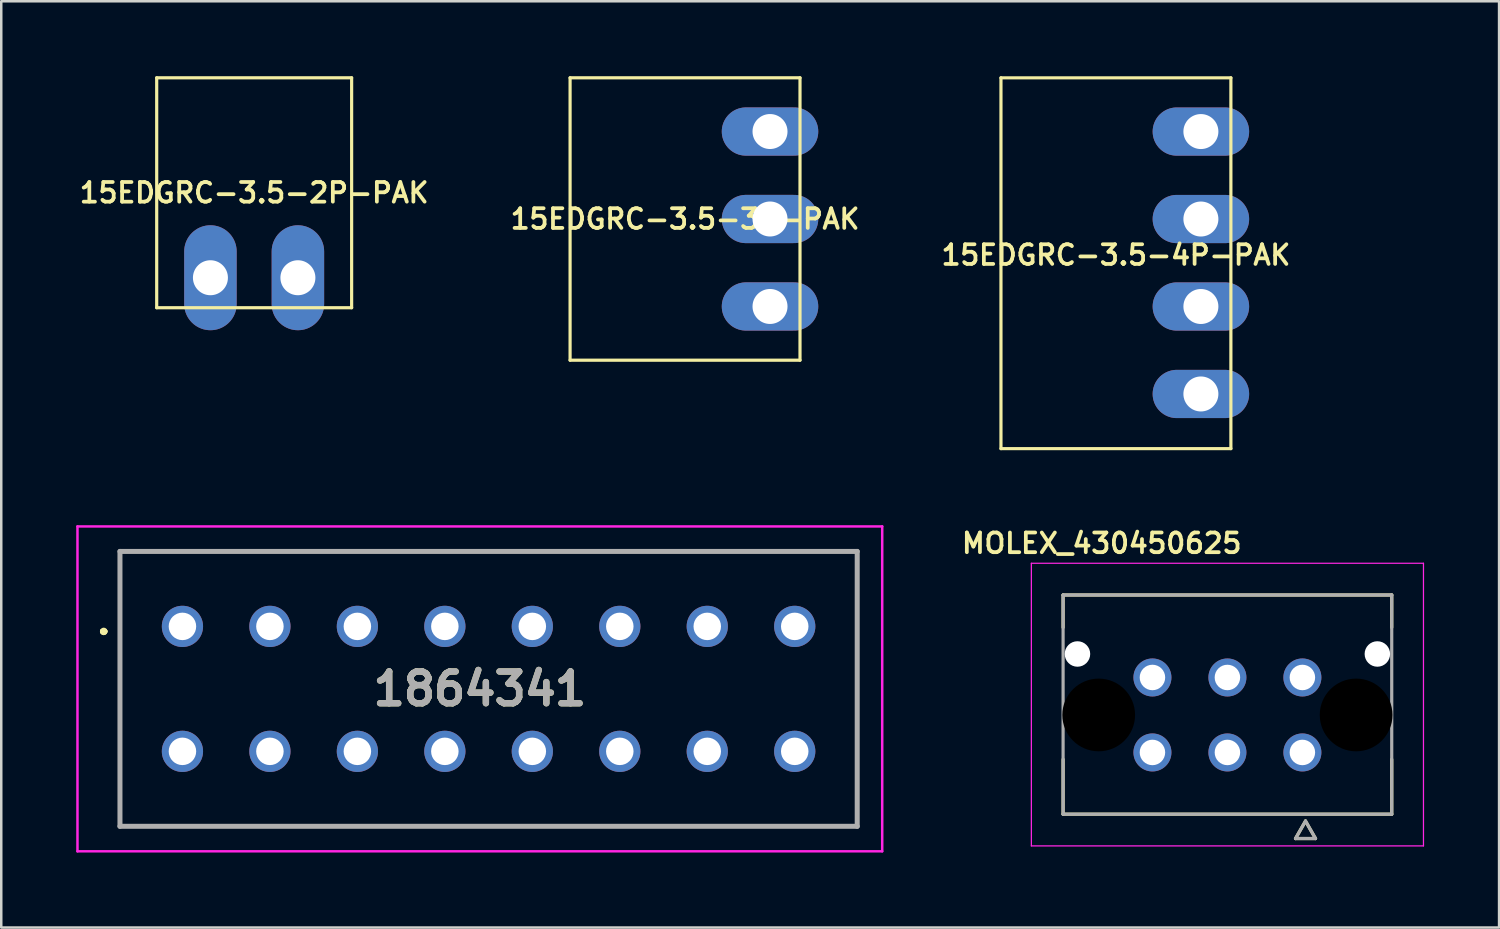
<source format=kicad_pcb>
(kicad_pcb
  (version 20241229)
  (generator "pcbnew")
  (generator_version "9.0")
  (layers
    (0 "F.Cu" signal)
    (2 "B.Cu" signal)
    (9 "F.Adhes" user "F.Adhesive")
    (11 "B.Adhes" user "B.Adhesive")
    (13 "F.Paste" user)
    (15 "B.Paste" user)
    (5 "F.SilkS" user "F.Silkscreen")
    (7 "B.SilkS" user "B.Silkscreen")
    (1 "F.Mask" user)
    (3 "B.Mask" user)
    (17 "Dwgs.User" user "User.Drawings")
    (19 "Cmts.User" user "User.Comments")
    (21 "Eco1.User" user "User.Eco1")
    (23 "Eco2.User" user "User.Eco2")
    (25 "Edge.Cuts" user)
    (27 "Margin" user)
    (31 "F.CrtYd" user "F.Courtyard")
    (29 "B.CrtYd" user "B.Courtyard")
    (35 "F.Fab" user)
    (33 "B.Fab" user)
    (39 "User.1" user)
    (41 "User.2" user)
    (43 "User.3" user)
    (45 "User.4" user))
  (footprint "15EDGRC-3.5-4P-PAK"
    (layer "F.Cu")
    (at 41.602 7.154)
    (property "Reference" "15EDGRC-3.5-4P-PAK" (at 0 0 0) (layer "F.SilkS") (effects (font (size 0.787 0.787) (thickness 0.15))))
    (attr through_hole)
    (fp_line (start -4.6 -7.09) (end -4.6 7.747) (stroke (width 0.127) (type solid)) (layer "F.SilkS"))
    (fp_line (start -4.6 7.747) (end 4.6 7.747) (stroke (width 0.127) (type solid)) (layer "F.SilkS"))
    (fp_line (start 4.6 -7.09) (end -4.6 -7.09) (stroke (width 0.127) (type solid)) (layer "F.SilkS"))
    (fp_line (start 4.6 7.747) (end 4.6 -7.09) (stroke (width 0.127) (type solid)) (layer "F.SilkS"))
    (pad "1" thru_hole oval (at 3.4 -4.94) (size 3.861 1.93) (drill 1.4) (layers "*.Cu" "*.Mask"))
    (pad "2" thru_hole oval (at 3.4 -1.44) (size 3.861 1.93) (drill 1.4) (layers "*.Cu" "*.Mask"))
    (pad "3" thru_hole oval (at 3.4 2.06) (size 3.861 1.93) (drill 1.4) (layers "*.Cu" "*.Mask"))
    (pad "4" thru_hole oval (at 3.4 5.56) (size 3.861 1.93) (drill 1.4) (layers "*.Cu" "*.Mask")))
  (footprint "1864341"
    (layer "F.Cu")
    (at 4.25 22.014)
    (property "Reference" "1864341" (at 11.9 2.5 0) (layer "F.SilkS") (effects (font (size 1.27 1.27) (thickness 0.254))))
    (attr through_hole)
    (fp_line (start -3.2 0.2) (end -3.2 0.2) (stroke (width 0.2) (type solid)) (layer "F.SilkS"))
    (fp_line (start -3.2 0.2) (end -3.2 0.2) (stroke (width 0.2) (type solid)) (layer "F.SilkS"))
    (fp_line (start -3.1 0.2) (end -3.1 0.2) (stroke (width 0.2) (type solid)) (layer "F.SilkS"))
    (fp_line (start -2.5 -3) (end 27 -3) (stroke (width 0.1) (type solid)) (layer "F.SilkS"))
    (fp_line (start -2.5 8) (end -2.5 -3) (stroke (width 0.1) (type solid)) (layer "F.SilkS"))
    (fp_line (start 27 -3) (end 27 8) (stroke (width 0.1) (type solid)) (layer "F.SilkS"))
    (fp_line (start 27 8) (end -2.5 8) (stroke (width 0.1) (type solid)) (layer "F.SilkS"))
    (fp_arc (start -3.2 0.2) (mid -3.15 0.15) (end -3.1 0.2) (stroke (width 0.2) (type solid)) (layer "F.SilkS"))
    (fp_arc (start -3.1 0.2) (mid -3.15 0.25) (end -3.2 0.2) (stroke (width 0.2) (type solid)) (layer "F.SilkS"))
    (fp_arc (start -3.1 0.2) (mid -3.15 0.25) (end -3.2 0.2) (stroke (width 0.2) (type solid)) (layer "F.SilkS"))
    (fp_line (start -4.2 -4) (end 28 -4) (stroke (width 0.1) (type solid)) (layer "F.CrtYd"))
    (fp_line (start -4.2 9) (end -4.2 -4) (stroke (width 0.1) (type solid)) (layer "F.CrtYd"))
    (fp_line (start 28 -4) (end 28 9) (stroke (width 0.1) (type solid)) (layer "F.CrtYd"))
    (fp_line (start 28 9) (end -4.2 9) (stroke (width 0.1) (type solid)) (layer "F.CrtYd"))
    (fp_line (start -2.5 -3) (end -2.5 8) (stroke (width 0.2) (type solid)) (layer "F.Fab"))
    (fp_line (start -2.5 8) (end 27 8) (stroke (width 0.2) (type solid)) (layer "F.Fab"))
    (fp_line (start 27 -3) (end -2.5 -3) (stroke (width 0.2) (type solid)) (layer "F.Fab"))
    (fp_line (start 27 8) (end 27 -3) (stroke (width 0.2) (type solid)) (layer "F.Fab"))
    (fp_text user "${REFERENCE}" (at 11.9 2.5 0) (layer "F.Fab") (effects (font (size 1.27 1.27) (thickness 0.254))))
    (pad "1" thru_hole circle (at 0 0) (size 1.65 1.65) (drill 1.1) (layers "*.Cu" "*.Mask"))
    (pad "2" thru_hole circle (at 3.5 0) (size 1.65 1.65) (drill 1.1) (layers "*.Cu" "*.Mask"))
    (pad "3" thru_hole circle (at 7 0) (size 1.65 1.65) (drill 1.1) (layers "*.Cu" "*.Mask"))
    (pad "4" thru_hole circle (at 10.5 0) (size 1.65 1.65) (drill 1.1) (layers "*.Cu" "*.Mask"))
    (pad "5" thru_hole circle (at 14 0) (size 1.65 1.65) (drill 1.1) (layers "*.Cu" "*.Mask"))
    (pad "6" thru_hole circle (at 17.5 0) (size 1.65 1.65) (drill 1.1) (layers "*.Cu" "*.Mask"))
    (pad "7" thru_hole circle (at 21 0) (size 1.65 1.65) (drill 1.1) (layers "*.Cu" "*.Mask"))
    (pad "8" thru_hole circle (at 24.5 0) (size 1.65 1.65) (drill 1.1) (layers "*.Cu" "*.Mask"))
    (pad "9" thru_hole circle (at 0 5) (size 1.65 1.65) (drill 1.1) (layers "*.Cu" "*.Mask"))
    (pad "10" thru_hole circle (at 3.5 5) (size 1.65 1.65) (drill 1.1) (layers "*.Cu" "*.Mask"))
    (pad "11" thru_hole circle (at 7 5) (size 1.65 1.65) (drill 1.1) (layers "*.Cu" "*.Mask"))
    (pad "12" thru_hole circle (at 10.5 5) (size 1.65 1.65) (drill 1.1) (layers "*.Cu" "*.Mask"))
    (pad "13" thru_hole circle (at 14 5) (size 1.65 1.65) (drill 1.1) (layers "*.Cu" "*.Mask"))
    (pad "14" thru_hole circle (at 17.5 5) (size 1.65 1.65) (drill 1.1) (layers "*.Cu" "*.Mask"))
    (pad "15" thru_hole circle (at 21 5) (size 1.65 1.65) (drill 1.1) (layers "*.Cu" "*.Mask"))
    (pad "16" thru_hole circle (at 24.5 5) (size 1.65 1.65) (drill 1.1) (layers "*.Cu" "*.Mask")))
  (footprint "MOLEX_430450625"
    (layer "F.Cu")
    (at 49.063 27.058)
    (property "Reference" "MOLEX_430450625" (at -8.03 -8.37 0) (layer "F.SilkS") (effects (font (size 0.787 0.787) (thickness 0.15))))
    (attr through_hole)
    (fp_circle (center -9 -3.94) (end -8.707 -3.94) (stroke (width 0.586) (type solid)) (fill no) (layer "F.Mask"))
    (fp_circle (center -8.15 -1.5) (end -7.384 -1.5) (stroke (width 1.531) (type solid)) (fill no) (layer "F.Mask"))
    (fp_circle (center -6 -3) (end -5.582 -3) (stroke (width 0.836) (type solid)) (fill no) (layer "F.Mask"))
    (fp_circle (center -6 0) (end -5.582 0) (stroke (width 0.836) (type solid)) (fill no) (layer "F.Mask"))
    (fp_circle (center -3 -3) (end -2.582 -3) (stroke (width 0.836) (type solid)) (fill no) (layer "F.Mask"))
    (fp_circle (center -3 0) (end -2.582 0) (stroke (width 0.836) (type solid)) (fill no) (layer "F.Mask"))
    (fp_circle (center 0 -3) (end 0.418 -3) (stroke (width 0.836) (type solid)) (fill no) (layer "F.Mask"))
    (fp_circle (center 0 0) (end 0.418 0) (stroke (width 0.836) (type solid)) (fill no) (layer "F.Mask"))
    (fp_circle (center 2.15 -1.5) (end 2.916 -1.5) (stroke (width 1.531) (type solid)) (fill no) (layer "F.Mask"))
    (fp_circle (center 3 -3.94) (end 3.293 -3.94) (stroke (width 0.586) (type solid)) (fill no) (layer "F.Mask"))
    (fp_circle (center -9 -3.94) (end -8.707 -3.94) (stroke (width 0.586) (type solid)) (fill no) (layer "B.Mask"))
    (fp_circle (center -8.15 -1.5) (end -7.384 -1.5) (stroke (width 1.531) (type solid)) (fill no) (layer "B.Mask"))
    (fp_circle (center -6 -3) (end -5.582 -3) (stroke (width 0.836) (type solid)) (fill no) (layer "B.Mask"))
    (fp_circle (center -6 0) (end -5.582 0) (stroke (width 0.836) (type solid)) (fill no) (layer "B.Mask"))
    (fp_circle (center -3 -3) (end -2.582 -3) (stroke (width 0.836) (type solid)) (fill no) (layer "B.Mask"))
    (fp_circle (center -3 0) (end -2.582 0) (stroke (width 0.836) (type solid)) (fill no) (layer "B.Mask"))
    (fp_circle (center 0 -3) (end 0.418 -3) (stroke (width 0.836) (type solid)) (fill no) (layer "B.Mask"))
    (fp_circle (center 0 0) (end 0.418 0) (stroke (width 0.836) (type solid)) (fill no) (layer "B.Mask"))
    (fp_circle (center 2.15 -1.5) (end 2.916 -1.5) (stroke (width 1.531) (type solid)) (fill no) (layer "B.Mask"))
    (fp_circle (center 3 -3.94) (end 3.293 -3.94) (stroke (width 0.586) (type solid)) (fill no) (layer "B.Mask"))
    (fp_line (start -9.575 -6.3) (end 3.575 -6.3) (stroke (width 0.127) (type solid)) (layer "F.SilkS"))
    (fp_line (start -9.575 -5) (end -9.575 -6.3) (stroke (width 0.127) (type solid)) (layer "F.SilkS"))
    (fp_line (start -9.575 2.47) (end -9.575 0.275) (stroke (width 0.127) (type solid)) (layer "F.SilkS"))
    (fp_line (start -0.275 3.445) (end 0.525 3.445) (stroke (width 0.127) (type solid)) (layer "F.SilkS"))
    (fp_line (start 0.125 2.745) (end -0.275 3.445) (stroke (width 0.127) (type solid)) (layer "F.SilkS"))
    (fp_line (start 0.525 3.445) (end 0.125 2.745) (stroke (width 0.127) (type solid)) (layer "F.SilkS"))
    (fp_line (start 3.575 -6.3) (end 3.575 -5) (stroke (width 0.127) (type solid)) (layer "F.SilkS"))
    (fp_line (start 3.575 0.275) (end 3.575 2.47) (stroke (width 0.127) (type solid)) (layer "F.SilkS"))
    (fp_line (start 3.575 2.47) (end -9.575 2.47) (stroke (width 0.127) (type solid)) (layer "F.SilkS"))
    (fp_line (start -10.845 -7.57) (end -10.845 3.74) (stroke (width 0.05) (type solid)) (layer "F.CrtYd"))
    (fp_line (start -10.845 3.74) (end 4.845 3.74) (stroke (width 0.05) (type solid)) (layer "F.CrtYd"))
    (fp_line (start 4.845 -7.57) (end -10.845 -7.57) (stroke (width 0.05) (type solid)) (layer "F.CrtYd"))
    (fp_line (start 4.845 3.74) (end 4.845 -7.57) (stroke (width 0.05) (type solid)) (layer "F.CrtYd"))
    (fp_line (start -9.575 -6.3) (end -9.575 2.47) (stroke (width 0.127) (type solid)) (layer "F.Fab"))
    (fp_line (start -9.575 2.47) (end 3.575 2.47) (stroke (width 0.127) (type solid)) (layer "F.Fab"))
    (fp_line (start -0.275 3.445) (end 0.525 3.445) (stroke (width 0.127) (type solid)) (layer "F.Fab"))
    (fp_line (start 0.125 2.745) (end -0.275 3.445) (stroke (width 0.127) (type solid)) (layer "F.Fab"))
    (fp_line (start 0.525 3.445) (end 0.125 2.745) (stroke (width 0.127) (type solid)) (layer "F.Fab"))
    (fp_line (start 3.575 -6.3) (end -9.575 -6.3) (stroke (width 0.127) (type solid)) (layer "F.Fab"))
    (fp_line (start 3.575 2.47) (end 3.575 -6.3) (stroke (width 0.127) (type solid)) (layer "F.Fab"))
    (pad "" np_thru_hole circle (at -9 -3.94) (size 1.02 1.02) (drill 1.02) (layers "*.Cu" "*.Mask"))
    (pad "" np_thru_hole circle (at -8.15 -1.5) (size 2.91 2.91) (drill 3) (layers "*.Mask"))
    (pad "" np_thru_hole circle (at 2.15 -1.5) (size 2.91 2.91) (drill 3) (layers "*.Mask"))
    (pad "" np_thru_hole circle (at 3 -3.94) (size 1.02 1.02) (drill 1.02) (layers "*.Cu" "*.Mask"))
    (pad "1" thru_hole circle (at 0 0) (size 1.52 1.52) (drill 1.02) (layers "*.Cu"))
    (pad "2" thru_hole circle (at 0 -3) (size 1.52 1.52) (drill 1.02) (layers "*.Cu"))
    (pad "3" thru_hole circle (at -3 0) (size 1.52 1.52) (drill 1.02) (layers "*.Cu"))
    (pad "4" thru_hole circle (at -3 -3) (size 1.52 1.52) (drill 1.02) (layers "*.Cu"))
    (pad "5" thru_hole circle (at -6 0) (size 1.52 1.52) (drill 1.02) (layers "*.Cu"))
    (pad "6" thru_hole circle (at -6 -3) (size 1.52 1.52) (drill 1.02) (layers "*.Cu")))
  (footprint "15EDGRC-3.5-2P-PAK"
    (layer "F.Cu")
    (at 7.12 4.663)
    (property "Reference" "15EDGRC-3.5-2P-PAK" (at 0 0 0) (layer "F.SilkS") (effects (font (size 0.787 0.787) (thickness 0.15))))
    (attr through_hole)
    (fp_line (start -3.9 -4.6) (end -3.9 4.6) (stroke (width 0.127) (type solid)) (layer "F.SilkS"))
    (fp_line (start -3.9 4.6) (end 3.9 4.6) (stroke (width 0.127) (type solid)) (layer "F.SilkS"))
    (fp_line (start 3.9 -4.6) (end -3.9 -4.6) (stroke (width 0.127) (type solid)) (layer "F.SilkS"))
    (fp_line (start 3.9 4.6) (end 3.9 -4.6) (stroke (width 0.127) (type solid)) (layer "F.SilkS"))
    (pad "1" thru_hole oval (at -1.75 3.4) (size 2.1 4.2) (drill 1.4) (layers "*.Cu" "*.Mask"))
    (pad "2" thru_hole oval (at 1.75 3.4) (size 2.1 4.2) (drill 1.4) (layers "*.Cu" "*.Mask")))
  (footprint "15EDGRC-3.5-3P-PAK"
    (layer "F.Cu")
    (at 24.361 5.713)
    (property "Reference" "15EDGRC-3.5-3P-PAK" (at 0 0 0) (layer "F.SilkS") (effects (font (size 0.787 0.787) (thickness 0.15))))
    (attr through_hole)
    (fp_line (start -4.6 -5.65) (end -4.6 5.65) (stroke (width 0.127) (type solid)) (layer "F.SilkS"))
    (fp_line (start -4.6 5.65) (end 4.6 5.65) (stroke (width 0.127) (type solid)) (layer "F.SilkS"))
    (fp_line (start 4.6 -5.65) (end -4.6 -5.65) (stroke (width 0.127) (type solid)) (layer "F.SilkS"))
    (fp_line (start 4.6 5.65) (end 4.6 -5.65) (stroke (width 0.127) (type solid)) (layer "F.SilkS"))
    (pad "1" thru_hole oval (at 3.4 -3.5) (size 3.861 1.93) (drill 1.4) (layers "*.Cu" "*.Mask"))
    (pad "2" thru_hole oval (at 3.4 0) (size 3.861 1.93) (drill 1.4) (layers "*.Cu" "*.Mask"))
    (pad "3" thru_hole oval (at 3.4 3.5) (size 3.861 1.93) (drill 1.4) (layers "*.Cu" "*.Mask")))
  (gr_rect
    (start -3 -3)
    (end 56.933 34.064)
    (stroke (width 0.1) (type default))
    (fill no)
    (layer "Edge.Cuts")))
</source>
